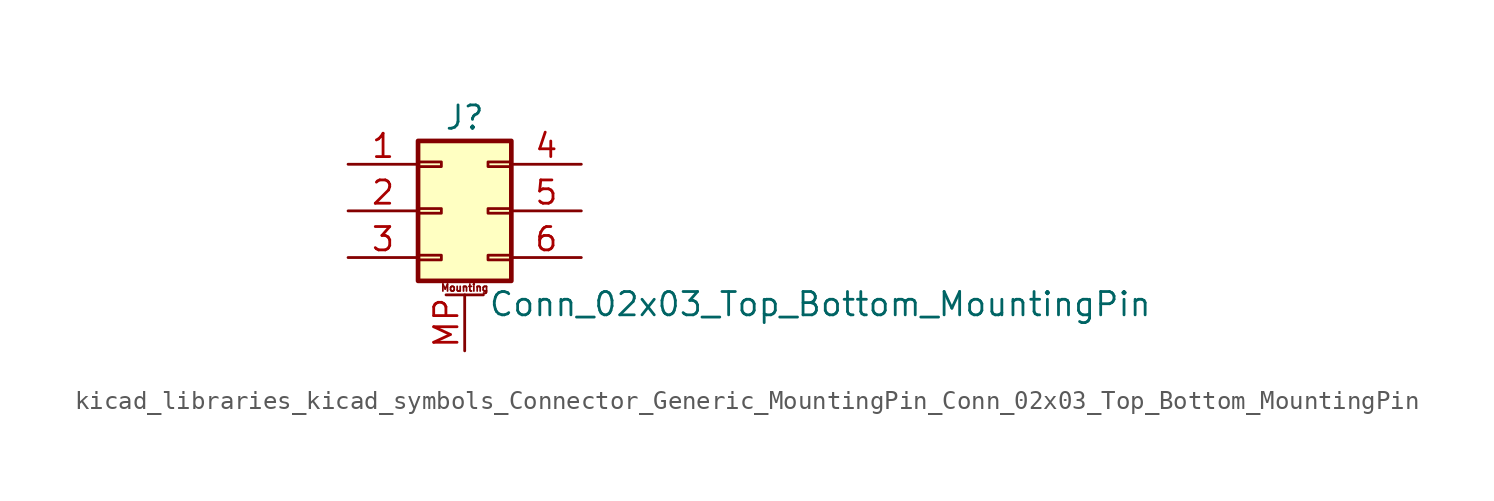
<source format=kicad_sym>
(kicad_symbol_lib
  (version 20220914)
  (generator kicad_symbol_editor)
  (symbol "kicad_libraries_kicad_symbols_Connector_Generic_MountingPin_Conn_02x03_Top_Bottom_MountingPin"
    (pin_names
      (offset 1.016) hide)
    (property "Reference" "J"
      (at 1.27 5.08 0)
      (effects (font (size 1.27 1.27))))
    (property "Value" "Conn_02x03_Top_Bottom_MountingPin"
      (at 2.54 -5.08 0)
      (effects (font (size 1.27 1.27)) (justify left)))
    (symbol "kicad_libraries_kicad_symbols_Connector_Generic_MountingPin_Conn_02x03_Top_Bottom_MountingPin_1_1"
      (rectangle (start -1.27 -2.413) (end 0 -2.667) (stroke (width 0.152) (type default)) (fill (type none)))
      (rectangle (start -1.27 0.127) (end 0 -0.127) (stroke (width 0.152) (type default)) (fill (type none)))
      (rectangle (start -1.27 2.667) (end 0 2.413) (stroke (width 0.152) (type default)) (fill (type none)))
      (rectangle (start -1.27 3.81) (end 3.81 -3.81) (stroke (width 0.254) (type default)) (fill (type background)))
      (polyline (pts (xy 0.254 -4.572) (xy 2.286 -4.572)) (stroke (width 0.152) (type default)) (fill (type none)))
      (rectangle (start 3.81 -2.413) (end 2.54 -2.667) (stroke (width 0.152) (type default)) (fill (type none)))
      (rectangle (start 3.81 0.127) (end 2.54 -0.127) (stroke (width 0.152) (type default)) (fill (type none)))
      (rectangle (start 3.81 2.667) (end 2.54 2.413) (stroke (width 0.152) (type default)) (fill (type none)))
      (text "Mounting" (at 1.27 -4.191 0) (effects (font (size 0.381 0.381))))
      (pin passive line (at -5.08 2.54 0) (length 3.81) (name "Pin_1" (effects (font (size 1.27 1.27)))) (number "1" (effects (font (size 1.27 1.27)))))
      (pin passive line (at -5.08 0 0) (length 3.81) (name "Pin_2" (effects (font (size 1.27 1.27)))) (number "2" (effects (font (size 1.27 1.27)))))
      (pin passive line (at -5.08 -2.54 0) (length 3.81) (name "Pin_3" (effects (font (size 1.27 1.27)))) (number "3" (effects (font (size 1.27 1.27)))))
      (pin passive line (at 7.62 2.54 180) (length 3.81) (name "Pin_4" (effects (font (size 1.27 1.27)))) (number "4" (effects (font (size 1.27 1.27)))))
      (pin passive line (at 7.62 0 180) (length 3.81) (name "Pin_5" (effects (font (size 1.27 1.27)))) (number "5" (effects (font (size 1.27 1.27)))))
      (pin passive line (at 7.62 -2.54 180) (length 3.81) (name "Pin_6" (effects (font (size 1.27 1.27)))) (number "6" (effects (font (size 1.27 1.27)))))
      (pin passive line (at 1.27 -7.62 90) (length 3.048) (name "MountPin" (effects (font (size 1.27 1.27)))) (number "MP" (effects (font (size 1.27 1.27))))))))
</source>
